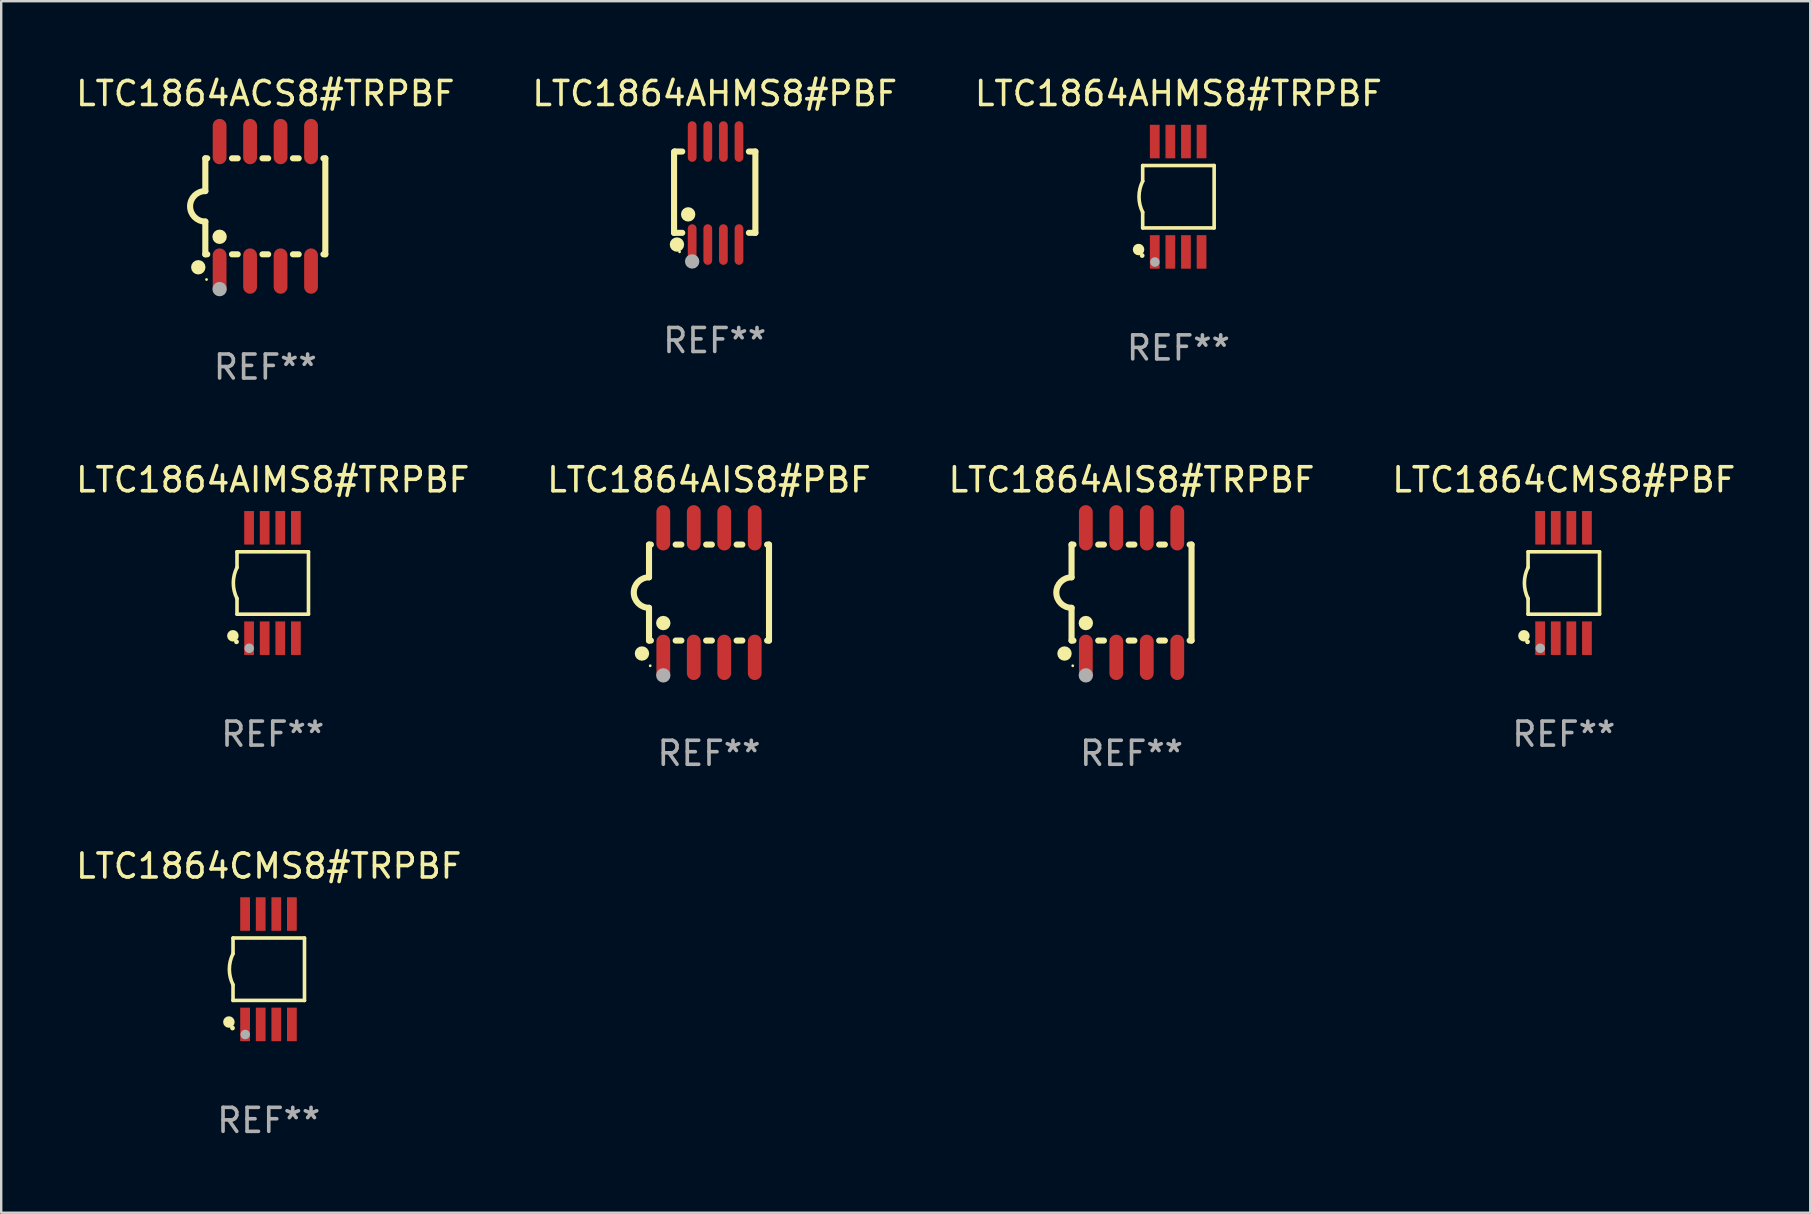
<source format=kicad_pcb>
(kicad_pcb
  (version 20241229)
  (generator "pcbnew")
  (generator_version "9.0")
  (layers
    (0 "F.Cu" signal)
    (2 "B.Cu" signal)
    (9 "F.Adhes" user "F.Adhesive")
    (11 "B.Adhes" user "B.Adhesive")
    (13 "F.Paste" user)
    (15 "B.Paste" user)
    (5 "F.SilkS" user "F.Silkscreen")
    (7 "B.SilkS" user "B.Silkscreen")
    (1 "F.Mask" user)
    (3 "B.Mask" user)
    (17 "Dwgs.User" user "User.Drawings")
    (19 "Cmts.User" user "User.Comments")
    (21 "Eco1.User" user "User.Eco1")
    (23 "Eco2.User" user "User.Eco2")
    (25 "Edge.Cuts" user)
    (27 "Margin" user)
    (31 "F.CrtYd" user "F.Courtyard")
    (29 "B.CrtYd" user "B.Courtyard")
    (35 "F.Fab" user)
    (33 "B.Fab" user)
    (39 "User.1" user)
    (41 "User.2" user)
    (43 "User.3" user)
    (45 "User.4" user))
  (footprint "LTC1864CMS8#PBF"
    (layer "F.Cu")
    (at 62.113 21.243)
    (property "Reference" "LTC1864CMS8#PBF" (at 0 -4.3 0) (layer "F.SilkS") (effects (font (size 1 1) (thickness 0.15))))
    (attr through_hole)
    (fp_line (start -1.489 -1.3) (end -1.489 -0.648) (stroke (width 0.15) (type solid)) (layer "F.SilkS"))
    (fp_line (start -1.489 0.648) (end -1.489 1.3) (stroke (width 0.15) (type solid)) (layer "F.SilkS"))
    (fp_line (start -1.489 1.3) (end 1.489 1.3) (stroke (width 0.15) (type solid)) (layer "F.SilkS"))
    (fp_line (start 1.489 -1.3) (end -1.489 -1.3) (stroke (width 0.15) (type solid)) (layer "F.SilkS"))
    (fp_line (start 1.489 1.3) (end 1.489 -1.3) (stroke (width 0.15) (type solid)) (layer "F.SilkS"))
    (fp_arc (start -1.489205 0.647702) (mid -1.642107 0) (end -1.489205 -0.647701) (stroke (width 0.150013) (type solid)) (layer "F.SilkS"))
    (fp_circle (center -1.661 2.2) (end -1.541 2.2) (stroke (width 0.24) (type solid)) (fill no) (layer "F.SilkS"))
    (fp_circle (center -1.511 2.45) (end -1.461 2.45) (stroke (width 0.1) (type solid)) (fill no) (layer "F.SilkS"))
    (fp_circle (center -0.981 2.72) (end -0.881 2.72) (stroke (width 0.2) (type solid)) (fill no) (layer "F.Fab"))
    (fp_text user "REF**" (at 0 6.3 0) (layer "F.Fab") (effects (font (size 1 1) (thickness 0.15))))
    (pad "1" smd rect (at -0.986 2.3) (size 0.406 1.397) (layers "F.Cu" "F.Mask" "F.Paste"))
    (pad "2" smd rect (at -0.336 2.3) (size 0.406 1.397) (layers "F.Cu" "F.Mask" "F.Paste"))
    (pad "3" smd rect (at 0.314 2.3) (size 0.406 1.397) (layers "F.Cu" "F.Mask" "F.Paste"))
    (pad "4" smd rect (at 0.964 2.3) (size 0.406 1.397) (layers "F.Cu" "F.Mask" "F.Paste"))
    (pad "5" smd rect (at 0.964 -2.3) (size 0.406 1.397) (layers "F.Cu" "F.Mask" "F.Paste"))
    (pad "6" smd rect (at 0.314 -2.3) (size 0.406 1.397) (layers "F.Cu" "F.Mask" "F.Paste"))
    (pad "7" smd rect (at -0.336 -2.3) (size 0.406 1.397) (layers "F.Cu" "F.Mask" "F.Paste"))
    (pad "8" smd rect (at -0.986 -2.3) (size 0.406 1.397) (layers "F.Cu" "F.Mask" "F.Paste")))
  (footprint "LTC1864AIMS8#TRPBF"
    (layer "F.Cu")
    (at 8.315 21.243)
    (property "Reference" "LTC1864AIMS8#TRPBF" (at 0 -4.3 0) (layer "F.SilkS") (effects (font (size 1 1) (thickness 0.15))))
    (attr through_hole)
    (fp_line (start -1.489 -1.3) (end -1.489 -0.648) (stroke (width 0.15) (type solid)) (layer "F.SilkS"))
    (fp_line (start -1.489 0.648) (end -1.489 1.3) (stroke (width 0.15) (type solid)) (layer "F.SilkS"))
    (fp_line (start -1.489 1.3) (end 1.489 1.3) (stroke (width 0.15) (type solid)) (layer "F.SilkS"))
    (fp_line (start 1.489 -1.3) (end -1.489 -1.3) (stroke (width 0.15) (type solid)) (layer "F.SilkS"))
    (fp_line (start 1.489 1.3) (end 1.489 -1.3) (stroke (width 0.15) (type solid)) (layer "F.SilkS"))
    (fp_arc (start -1.489205 0.647702) (mid -1.642107 0) (end -1.489205 -0.647701) (stroke (width 0.150013) (type solid)) (layer "F.SilkS"))
    (fp_circle (center -1.661 2.2) (end -1.541 2.2) (stroke (width 0.24) (type solid)) (fill no) (layer "F.SilkS"))
    (fp_circle (center -1.511 2.45) (end -1.461 2.45) (stroke (width 0.1) (type solid)) (fill no) (layer "F.SilkS"))
    (fp_circle (center -0.981 2.72) (end -0.881 2.72) (stroke (width 0.2) (type solid)) (fill no) (layer "F.Fab"))
    (fp_text user "REF**" (at 0 6.3 0) (layer "F.Fab") (effects (font (size 1 1) (thickness 0.15))))
    (pad "1" smd rect (at -0.986 2.3) (size 0.406 1.397) (layers "F.Cu" "F.Mask" "F.Paste"))
    (pad "2" smd rect (at -0.336 2.3) (size 0.406 1.397) (layers "F.Cu" "F.Mask" "F.Paste"))
    (pad "3" smd rect (at 0.314 2.3) (size 0.406 1.397) (layers "F.Cu" "F.Mask" "F.Paste"))
    (pad "4" smd rect (at 0.964 2.3) (size 0.406 1.397) (layers "F.Cu" "F.Mask" "F.Paste"))
    (pad "5" smd rect (at 0.964 -2.3) (size 0.406 1.397) (layers "F.Cu" "F.Mask" "F.Paste"))
    (pad "6" smd rect (at 0.314 -2.3) (size 0.406 1.397) (layers "F.Cu" "F.Mask" "F.Paste"))
    (pad "7" smd rect (at -0.336 -2.3) (size 0.406 1.397) (layers "F.Cu" "F.Mask" "F.Paste"))
    (pad "8" smd rect (at -0.986 -2.3) (size 0.406 1.397) (layers "F.Cu" "F.Mask" "F.Paste")))
  (footprint "LTC1864AIS8#PBF"
    (layer "F.Cu")
    (at 26.494 21.642)
    (property "Reference" "LTC1864AIS8#PBF" (at 0 -4.699 0) (layer "F.SilkS") (effects (font (size 1 1) (thickness 0.15))))
    (attr through_hole)
    (fp_line (start -2.5 -2) (end -2.5 -0.635) (stroke (width 0.254) (type solid)) (layer "F.SilkS"))
    (fp_line (start -2.5 -2) (end -2.421 -2) (stroke (width 0.254) (type solid)) (layer "F.SilkS"))
    (fp_line (start -2.5 2) (end -2.5 0.635) (stroke (width 0.254) (type solid)) (layer "F.SilkS"))
    (fp_line (start -2.5 2) (end -2.421 2) (stroke (width 0.254) (type solid)) (layer "F.SilkS"))
    (fp_line (start -1.389 -2) (end -1.151 -2) (stroke (width 0.254) (type solid)) (layer "F.SilkS"))
    (fp_line (start -1.389 2) (end -1.151 2) (stroke (width 0.254) (type solid)) (layer "F.SilkS"))
    (fp_line (start -0.119 -2) (end 0.119 -2) (stroke (width 0.254) (type solid)) (layer "F.SilkS"))
    (fp_line (start -0.119 2) (end 0.119 2) (stroke (width 0.254) (type solid)) (layer "F.SilkS"))
    (fp_line (start 1.151 -2) (end 1.389 -2) (stroke (width 0.254) (type solid)) (layer "F.SilkS"))
    (fp_line (start 1.151 2) (end 1.389 2) (stroke (width 0.254) (type solid)) (layer "F.SilkS"))
    (fp_line (start 2.421 -2) (end 2.5 -2) (stroke (width 0.254) (type solid)) (layer "F.SilkS"))
    (fp_line (start 2.421 2) (end 2.5 2) (stroke (width 0.254) (type solid)) (layer "F.SilkS"))
    (fp_line (start 2.5 -2) (end 2.5 2) (stroke (width 0.254) (type solid)) (layer "F.SilkS"))
    (fp_arc (start -2.5 0.635001) (mid -3.134366 -0.000318) (end -2.499365 -0.635001) (stroke (width 0.254001) (type solid)) (layer "F.SilkS"))
    (fp_circle (center -2.794 2.54) (end -2.644 2.54) (stroke (width 0.3) (type solid)) (fill no) (layer "F.SilkS"))
    (fp_circle (center -2.45 3.05) (end -2.42 3.05) (stroke (width 0.06) (type solid)) (fill no) (layer "F.SilkS"))
    (fp_circle (center -1.905 1.27) (end -1.755 1.27) (stroke (width 0.3) (type solid)) (fill no) (layer "F.SilkS"))
    (fp_circle (center -1.905 3.45) (end -1.755 3.45) (stroke (width 0.3) (type solid)) (fill no) (layer "F.Fab"))
    (fp_text user "REF**" (at 0 6.699 0) (layer "F.Fab") (effects (font (size 1 1) (thickness 0.15))))
    (pad "1" smd oval (at -1.905 2.699) (size 0.574 1.888) (layers "F.Cu" "F.Mask" "F.Paste"))
    (pad "2" smd oval (at -0.635 2.699) (size 0.574 1.888) (layers "F.Cu" "F.Mask" "F.Paste"))
    (pad "3" smd oval (at 0.635 2.699) (size 0.574 1.888) (layers "F.Cu" "F.Mask" "F.Paste"))
    (pad "4" smd oval (at 1.905 2.699) (size 0.574 1.888) (layers "F.Cu" "F.Mask" "F.Paste"))
    (pad "5" smd oval (at 1.905 -2.699) (size 0.574 1.888) (layers "F.Cu" "F.Mask" "F.Paste"))
    (pad "6" smd oval (at 0.635 -2.699) (size 0.574 1.888) (layers "F.Cu" "F.Mask" "F.Paste"))
    (pad "7" smd oval (at -0.635 -2.699) (size 0.574 1.888) (layers "F.Cu" "F.Mask" "F.Paste"))
    (pad "8" smd oval (at -1.905 -2.699) (size 0.574 1.888) (layers "F.Cu" "F.Mask" "F.Paste")))
  (footprint "LTC1864AHMS8#PBF"
    (layer "F.Cu")
    (at 26.732 4.994)
    (property "Reference" "LTC1864AHMS8#PBF" (at 0 -4.146 0) (layer "F.SilkS") (effects (font (size 1 1) (thickness 0.15))))
    (attr through_hole)
    (fp_line (start -1.694 -1.724) (end -1.694 1.652) (stroke (width 0.254) (type solid)) (layer "F.SilkS"))
    (fp_line (start -1.694 1.652) (end -1.688 1.658) (stroke (width 0.254) (type solid)) (layer "F.SilkS"))
    (fp_line (start -1.688 1.658) (end -1.353 1.658) (stroke (width 0.254) (type solid)) (layer "F.SilkS"))
    (fp_line (start -1.661 -1.73) (end -1.681 -1.71) (stroke (width 0.254) (type solid)) (layer "F.SilkS"))
    (fp_line (start -1.353 -1.73) (end -1.661 -1.73) (stroke (width 0.254) (type solid)) (layer "F.SilkS"))
    (fp_line (start 1.424 1.658) (end 1.694 1.658) (stroke (width 0.254) (type solid)) (layer "F.SilkS"))
    (fp_line (start 1.694 -1.73) (end 1.424 -1.73) (stroke (width 0.254) (type solid)) (layer "F.SilkS"))
    (fp_line (start 1.694 1.658) (end 1.694 -1.73) (stroke (width 0.254) (type solid)) (layer "F.SilkS"))
    (fp_circle (center -1.574 2.146) (end -1.424 2.146) (stroke (width 0.3) (type solid)) (fill no) (layer "F.SilkS"))
    (fp_circle (center -1.464 2.45) (end -1.434 2.45) (stroke (width 0.06) (type solid)) (fill no) (layer "F.SilkS"))
    (fp_circle (center -1.107 0.889) (end -0.957 0.889) (stroke (width 0.3) (type solid)) (fill no) (layer "F.SilkS"))
    (fp_circle (center -0.94 2.85) (end -0.789 2.85) (stroke (width 0.3) (type solid)) (fill no) (layer "F.Fab"))
    (fp_text user "REF**" (at 0 6.146 0) (layer "F.Fab") (effects (font (size 1 1) (thickness 0.15))))
    (pad "1" smd oval (at -0.94 2.146) (size 0.364 1.692) (layers "F.Cu" "F.Mask" "F.Paste"))
    (pad "2" smd oval (at -0.289 2.146) (size 0.364 1.692) (layers "F.Cu" "F.Mask" "F.Paste"))
    (pad "3" smd oval (at 0.361 2.146) (size 0.364 1.692) (layers "F.Cu" "F.Mask" "F.Paste"))
    (pad "4" smd oval (at 1.011 2.146) (size 0.364 1.692) (layers "F.Cu" "F.Mask" "F.Paste"))
    (pad "5" smd oval (at 1.011 -2.146) (size 0.364 1.692) (layers "F.Cu" "F.Mask" "F.Paste"))
    (pad "6" smd oval (at 0.361 -2.146) (size 0.364 1.692) (layers "F.Cu" "F.Mask" "F.Paste"))
    (pad "7" smd oval (at -0.289 -2.146) (size 0.364 1.692) (layers "F.Cu" "F.Mask" "F.Paste"))
    (pad "8" smd oval (at -0.94 -2.146) (size 0.364 1.692) (layers "F.Cu" "F.Mask" "F.Paste")))
  (footprint "LTC1864CMS8#TRPBF"
    (layer "F.Cu")
    (at 8.149 37.337)
    (property "Reference" "LTC1864CMS8#TRPBF" (at 0 -4.3 0) (layer "F.SilkS") (effects (font (size 1 1) (thickness 0.15))))
    (attr through_hole)
    (fp_line (start -1.489 -1.3) (end -1.489 -0.648) (stroke (width 0.15) (type solid)) (layer "F.SilkS"))
    (fp_line (start -1.489 0.648) (end -1.489 1.3) (stroke (width 0.15) (type solid)) (layer "F.SilkS"))
    (fp_line (start -1.489 1.3) (end 1.489 1.3) (stroke (width 0.15) (type solid)) (layer "F.SilkS"))
    (fp_line (start 1.489 -1.3) (end -1.489 -1.3) (stroke (width 0.15) (type solid)) (layer "F.SilkS"))
    (fp_line (start 1.489 1.3) (end 1.489 -1.3) (stroke (width 0.15) (type solid)) (layer "F.SilkS"))
    (fp_arc (start -1.489205 0.647702) (mid -1.642107 0) (end -1.489205 -0.647701) (stroke (width 0.150013) (type solid)) (layer "F.SilkS"))
    (fp_circle (center -1.661 2.2) (end -1.541 2.2) (stroke (width 0.24) (type solid)) (fill no) (layer "F.SilkS"))
    (fp_circle (center -1.511 2.45) (end -1.461 2.45) (stroke (width 0.1) (type solid)) (fill no) (layer "F.SilkS"))
    (fp_circle (center -0.981 2.72) (end -0.881 2.72) (stroke (width 0.2) (type solid)) (fill no) (layer "F.Fab"))
    (fp_text user "REF**" (at 0 6.3 0) (layer "F.Fab") (effects (font (size 1 1) (thickness 0.15))))
    (pad "1" smd rect (at -0.986 2.3) (size 0.406 1.397) (layers "F.Cu" "F.Mask" "F.Paste"))
    (pad "2" smd rect (at -0.336 2.3) (size 0.406 1.397) (layers "F.Cu" "F.Mask" "F.Paste"))
    (pad "3" smd rect (at 0.314 2.3) (size 0.406 1.397) (layers "F.Cu" "F.Mask" "F.Paste"))
    (pad "4" smd rect (at 0.964 2.3) (size 0.406 1.397) (layers "F.Cu" "F.Mask" "F.Paste"))
    (pad "5" smd rect (at 0.964 -2.3) (size 0.406 1.397) (layers "F.Cu" "F.Mask" "F.Paste"))
    (pad "6" smd rect (at 0.314 -2.3) (size 0.406 1.397) (layers "F.Cu" "F.Mask" "F.Paste"))
    (pad "7" smd rect (at -0.336 -2.3) (size 0.406 1.397) (layers "F.Cu" "F.Mask" "F.Paste"))
    (pad "8" smd rect (at -0.986 -2.3) (size 0.406 1.397) (layers "F.Cu" "F.Mask" "F.Paste")))
  (footprint "LTC1864ACS8#TRPBF"
    (layer "F.Cu")
    (at 8.006 5.547)
    (property "Reference" "LTC1864ACS8#TRPBF" (at 0 -4.699 0) (layer "F.SilkS") (effects (font (size 1 1) (thickness 0.15))))
    (attr through_hole)
    (fp_line (start -2.5 -2) (end -2.5 -0.635) (stroke (width 0.254) (type solid)) (layer "F.SilkS"))
    (fp_line (start -2.5 -2) (end -2.421 -2) (stroke (width 0.254) (type solid)) (layer "F.SilkS"))
    (fp_line (start -2.5 2) (end -2.5 0.635) (stroke (width 0.254) (type solid)) (layer "F.SilkS"))
    (fp_line (start -2.5 2) (end -2.421 2) (stroke (width 0.254) (type solid)) (layer "F.SilkS"))
    (fp_line (start -1.389 -2) (end -1.151 -2) (stroke (width 0.254) (type solid)) (layer "F.SilkS"))
    (fp_line (start -1.389 2) (end -1.151 2) (stroke (width 0.254) (type solid)) (layer "F.SilkS"))
    (fp_line (start -0.119 -2) (end 0.119 -2) (stroke (width 0.254) (type solid)) (layer "F.SilkS"))
    (fp_line (start -0.119 2) (end 0.119 2) (stroke (width 0.254) (type solid)) (layer "F.SilkS"))
    (fp_line (start 1.151 -2) (end 1.389 -2) (stroke (width 0.254) (type solid)) (layer "F.SilkS"))
    (fp_line (start 1.151 2) (end 1.389 2) (stroke (width 0.254) (type solid)) (layer "F.SilkS"))
    (fp_line (start 2.421 -2) (end 2.5 -2) (stroke (width 0.254) (type solid)) (layer "F.SilkS"))
    (fp_line (start 2.421 2) (end 2.5 2) (stroke (width 0.254) (type solid)) (layer "F.SilkS"))
    (fp_line (start 2.5 -2) (end 2.5 2) (stroke (width 0.254) (type solid)) (layer "F.SilkS"))
    (fp_arc (start -2.5 0.635001) (mid -3.134366 -0.000318) (end -2.499365 -0.635001) (stroke (width 0.254001) (type solid)) (layer "F.SilkS"))
    (fp_circle (center -2.794 2.54) (end -2.644 2.54) (stroke (width 0.3) (type solid)) (fill no) (layer "F.SilkS"))
    (fp_circle (center -2.45 3.05) (end -2.42 3.05) (stroke (width 0.06) (type solid)) (fill no) (layer "F.SilkS"))
    (fp_circle (center -1.905 1.27) (end -1.755 1.27) (stroke (width 0.3) (type solid)) (fill no) (layer "F.SilkS"))
    (fp_circle (center -1.905 3.45) (end -1.755 3.45) (stroke (width 0.3) (type solid)) (fill no) (layer "F.Fab"))
    (fp_text user "REF**" (at 0 6.699 0) (layer "F.Fab") (effects (font (size 1 1) (thickness 0.15))))
    (pad "1" smd oval (at -1.905 2.699) (size 0.574 1.888) (layers "F.Cu" "F.Mask" "F.Paste"))
    (pad "2" smd oval (at -0.635 2.699) (size 0.574 1.888) (layers "F.Cu" "F.Mask" "F.Paste"))
    (pad "3" smd oval (at 0.635 2.699) (size 0.574 1.888) (layers "F.Cu" "F.Mask" "F.Paste"))
    (pad "4" smd oval (at 1.905 2.699) (size 0.574 1.888) (layers "F.Cu" "F.Mask" "F.Paste"))
    (pad "5" smd oval (at 1.905 -2.699) (size 0.574 1.888) (layers "F.Cu" "F.Mask" "F.Paste"))
    (pad "6" smd oval (at 0.635 -2.699) (size 0.574 1.888) (layers "F.Cu" "F.Mask" "F.Paste"))
    (pad "7" smd oval (at -0.635 -2.699) (size 0.574 1.888) (layers "F.Cu" "F.Mask" "F.Paste"))
    (pad "8" smd oval (at -1.905 -2.699) (size 0.574 1.888) (layers "F.Cu" "F.Mask" "F.Paste")))
  (footprint "LTC1864AHMS8#TRPBF"
    (layer "F.Cu")
    (at 46.054 5.148)
    (property "Reference" "LTC1864AHMS8#TRPBF" (at 0 -4.3 0) (layer "F.SilkS") (effects (font (size 1 1) (thickness 0.15))))
    (attr through_hole)
    (fp_line (start -1.489 -1.3) (end -1.489 -0.648) (stroke (width 0.15) (type solid)) (layer "F.SilkS"))
    (fp_line (start -1.489 0.648) (end -1.489 1.3) (stroke (width 0.15) (type solid)) (layer "F.SilkS"))
    (fp_line (start -1.489 1.3) (end 1.489 1.3) (stroke (width 0.15) (type solid)) (layer "F.SilkS"))
    (fp_line (start 1.489 -1.3) (end -1.489 -1.3) (stroke (width 0.15) (type solid)) (layer "F.SilkS"))
    (fp_line (start 1.489 1.3) (end 1.489 -1.3) (stroke (width 0.15) (type solid)) (layer "F.SilkS"))
    (fp_arc (start -1.489205 0.647702) (mid -1.642107 0) (end -1.489205 -0.647701) (stroke (width 0.150013) (type solid)) (layer "F.SilkS"))
    (fp_circle (center -1.661 2.2) (end -1.541 2.2) (stroke (width 0.24) (type solid)) (fill no) (layer "F.SilkS"))
    (fp_circle (center -1.511 2.45) (end -1.461 2.45) (stroke (width 0.1) (type solid)) (fill no) (layer "F.SilkS"))
    (fp_circle (center -0.981 2.72) (end -0.881 2.72) (stroke (width 0.2) (type solid)) (fill no) (layer "F.Fab"))
    (fp_text user "REF**" (at 0 6.3 0) (layer "F.Fab") (effects (font (size 1 1) (thickness 0.15))))
    (pad "1" smd rect (at -0.986 2.3) (size 0.406 1.397) (layers "F.Cu" "F.Mask" "F.Paste"))
    (pad "2" smd rect (at -0.336 2.3) (size 0.406 1.397) (layers "F.Cu" "F.Mask" "F.Paste"))
    (pad "3" smd rect (at 0.314 2.3) (size 0.406 1.397) (layers "F.Cu" "F.Mask" "F.Paste"))
    (pad "4" smd rect (at 0.964 2.3) (size 0.406 1.397) (layers "F.Cu" "F.Mask" "F.Paste"))
    (pad "5" smd rect (at 0.964 -2.3) (size 0.406 1.397) (layers "F.Cu" "F.Mask" "F.Paste"))
    (pad "6" smd rect (at 0.314 -2.3) (size 0.406 1.397) (layers "F.Cu" "F.Mask" "F.Paste"))
    (pad "7" smd rect (at -0.336 -2.3) (size 0.406 1.397) (layers "F.Cu" "F.Mask" "F.Paste"))
    (pad "8" smd rect (at -0.986 -2.3) (size 0.406 1.397) (layers "F.Cu" "F.Mask" "F.Paste")))
  (footprint "LTC1864AIS8#TRPBF"
    (layer "F.Cu")
    (at 44.101 21.642)
    (property "Reference" "LTC1864AIS8#TRPBF" (at 0 -4.699 0) (layer "F.SilkS") (effects (font (size 1 1) (thickness 0.15))))
    (attr through_hole)
    (fp_line (start -2.5 -2) (end -2.5 -0.635) (stroke (width 0.254) (type solid)) (layer "F.SilkS"))
    (fp_line (start -2.5 -2) (end -2.421 -2) (stroke (width 0.254) (type solid)) (layer "F.SilkS"))
    (fp_line (start -2.5 2) (end -2.5 0.635) (stroke (width 0.254) (type solid)) (layer "F.SilkS"))
    (fp_line (start -2.5 2) (end -2.421 2) (stroke (width 0.254) (type solid)) (layer "F.SilkS"))
    (fp_line (start -1.389 -2) (end -1.151 -2) (stroke (width 0.254) (type solid)) (layer "F.SilkS"))
    (fp_line (start -1.389 2) (end -1.151 2) (stroke (width 0.254) (type solid)) (layer "F.SilkS"))
    (fp_line (start -0.119 -2) (end 0.119 -2) (stroke (width 0.254) (type solid)) (layer "F.SilkS"))
    (fp_line (start -0.119 2) (end 0.119 2) (stroke (width 0.254) (type solid)) (layer "F.SilkS"))
    (fp_line (start 1.151 -2) (end 1.389 -2) (stroke (width 0.254) (type solid)) (layer "F.SilkS"))
    (fp_line (start 1.151 2) (end 1.389 2) (stroke (width 0.254) (type solid)) (layer "F.SilkS"))
    (fp_line (start 2.421 -2) (end 2.5 -2) (stroke (width 0.254) (type solid)) (layer "F.SilkS"))
    (fp_line (start 2.421 2) (end 2.5 2) (stroke (width 0.254) (type solid)) (layer "F.SilkS"))
    (fp_line (start 2.5 -2) (end 2.5 2) (stroke (width 0.254) (type solid)) (layer "F.SilkS"))
    (fp_arc (start -2.5 0.635001) (mid -3.134366 -0.000318) (end -2.499365 -0.635001) (stroke (width 0.254001) (type solid)) (layer "F.SilkS"))
    (fp_circle (center -2.794 2.54) (end -2.644 2.54) (stroke (width 0.3) (type solid)) (fill no) (layer "F.SilkS"))
    (fp_circle (center -2.45 3.05) (end -2.42 3.05) (stroke (width 0.06) (type solid)) (fill no) (layer "F.SilkS"))
    (fp_circle (center -1.905 1.27) (end -1.755 1.27) (stroke (width 0.3) (type solid)) (fill no) (layer "F.SilkS"))
    (fp_circle (center -1.905 3.45) (end -1.755 3.45) (stroke (width 0.3) (type solid)) (fill no) (layer "F.Fab"))
    (fp_text user "REF**" (at 0 6.699 0) (layer "F.Fab") (effects (font (size 1 1) (thickness 0.15))))
    (pad "1" smd oval (at -1.905 2.699) (size 0.574 1.888) (layers "F.Cu" "F.Mask" "F.Paste"))
    (pad "2" smd oval (at -0.635 2.699) (size 0.574 1.888) (layers "F.Cu" "F.Mask" "F.Paste"))
    (pad "3" smd oval (at 0.635 2.699) (size 0.574 1.888) (layers "F.Cu" "F.Mask" "F.Paste"))
    (pad "4" smd oval (at 1.905 2.699) (size 0.574 1.888) (layers "F.Cu" "F.Mask" "F.Paste"))
    (pad "5" smd oval (at 1.905 -2.699) (size 0.574 1.888) (layers "F.Cu" "F.Mask" "F.Paste"))
    (pad "6" smd oval (at 0.635 -2.699) (size 0.574 1.888) (layers "F.Cu" "F.Mask" "F.Paste"))
    (pad "7" smd oval (at -0.635 -2.699) (size 0.574 1.888) (layers "F.Cu" "F.Mask" "F.Paste"))
    (pad "8" smd oval (at -1.905 -2.699) (size 0.574 1.888) (layers "F.Cu" "F.Mask" "F.Paste")))
  (gr_rect
    (start -3 -3)
    (end 72.381 47.485)
    (stroke (width 0.1) (type default))
    (fill no)
    (layer "Edge.Cuts")))
</source>
